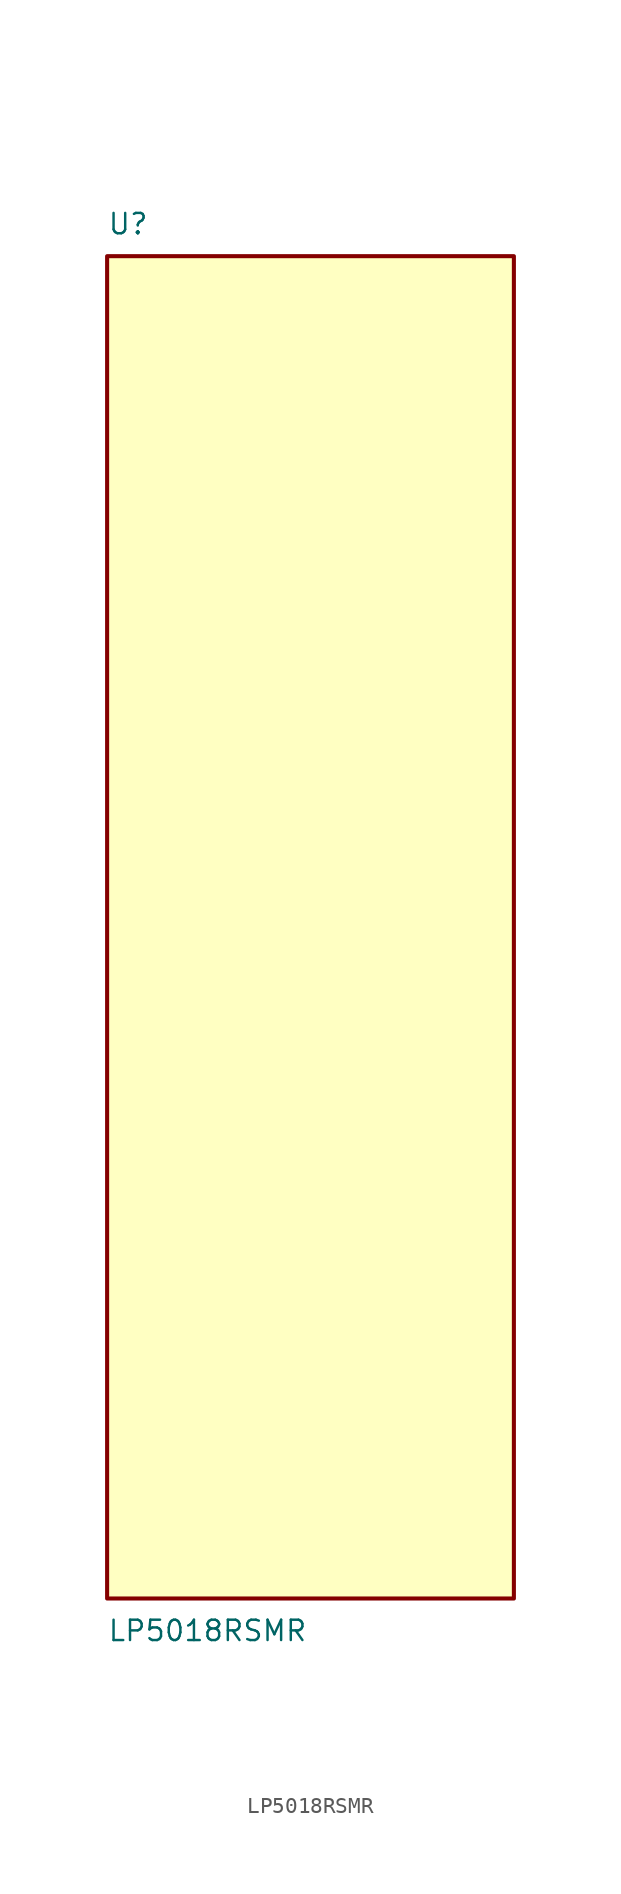
<source format=kicad_sym>
(kicad_symbol_lib
  (version 20241209)
  (generator "kicad_symbol_editor")
  (generator_version "9.0")
  (symbol "LP5018RSMR"
    (pin_names
      (offset 1.016))
    (property "Reference" "U"
      (at -12.7 41.91 0)
      (effects (font (size 1.27 1.27)) (justify left bottom)))
    (property "Value" "LP5018RSMR"
      (at -12.7 -44.45 0)
      (effects (font (size 1.27 1.27)) (justify left top)))
    (symbol "LP5018RSMR_0_0"
      (rectangle (start -12.7 -43.18) (end 12.7 40.64) (stroke (width 0.254) (type default)) (fill (type background))))))
</source>
